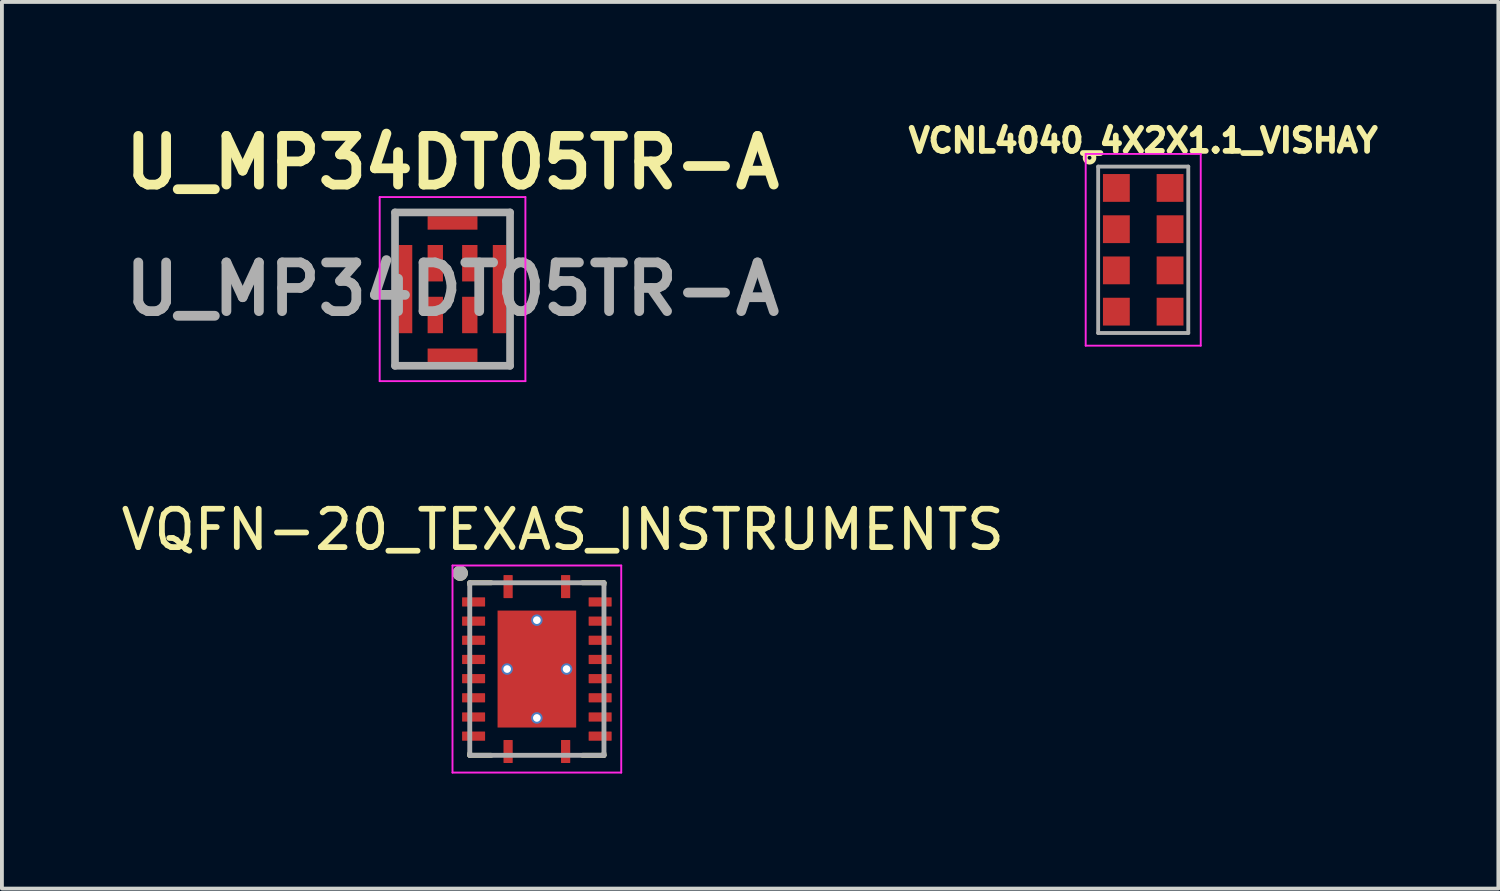
<source format=kicad_pcb>
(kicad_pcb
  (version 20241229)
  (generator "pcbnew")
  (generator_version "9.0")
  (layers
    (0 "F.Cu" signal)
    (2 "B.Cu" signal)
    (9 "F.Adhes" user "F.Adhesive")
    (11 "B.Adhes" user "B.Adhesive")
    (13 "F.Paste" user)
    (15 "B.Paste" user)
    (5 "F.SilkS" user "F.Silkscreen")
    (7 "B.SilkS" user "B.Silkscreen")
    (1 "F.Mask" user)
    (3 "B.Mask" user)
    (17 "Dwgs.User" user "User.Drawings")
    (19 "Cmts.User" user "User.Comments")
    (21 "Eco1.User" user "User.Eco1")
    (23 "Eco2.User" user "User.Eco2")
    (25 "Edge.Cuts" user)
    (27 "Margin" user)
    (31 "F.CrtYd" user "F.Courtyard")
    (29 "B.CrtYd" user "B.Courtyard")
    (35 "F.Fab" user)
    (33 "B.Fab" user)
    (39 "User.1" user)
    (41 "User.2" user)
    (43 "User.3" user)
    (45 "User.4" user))
  (footprint "VQFN-20_TEXAS_INSTRUMENTS"
    (layer "F.Cu")
    (at 10.95 14.397)
    (property "Reference" "VQFN-20_TEXAS_INSTRUMENTS" (at 0.675 -3.635 0) (layer "F.SilkS") (effects (font (size 1 1) (thickness 0.15))))
    (attr smd)
    (fp_line (start -1.75 -2.25) (end -1.75 -2.2) (stroke (width 0.127) (type solid)) (layer "F.SilkS"))
    (fp_line (start -1.75 -2.25) (end -1.19 -2.25) (stroke (width 0.127) (type solid)) (layer "F.SilkS"))
    (fp_line (start -1.75 2.25) (end -1.75 2.2) (stroke (width 0.127) (type solid)) (layer "F.SilkS"))
    (fp_line (start -1.75 2.25) (end -1.19 2.25) (stroke (width 0.127) (type solid)) (layer "F.SilkS"))
    (fp_line (start 1.75 -2.25) (end 1.19 -2.25) (stroke (width 0.127) (type solid)) (layer "F.SilkS"))
    (fp_line (start 1.75 -2.25) (end 1.75 -2.2) (stroke (width 0.127) (type solid)) (layer "F.SilkS"))
    (fp_line (start 1.75 2.25) (end 1.19 2.25) (stroke (width 0.127) (type solid)) (layer "F.SilkS"))
    (fp_line (start 1.75 2.25) (end 1.75 2.2) (stroke (width 0.127) (type solid)) (layer "F.SilkS"))
    (fp_circle (center -2 -2.5) (end -1.9 -2.5) (stroke (width 0.2) (type solid)) (fill no) (layer "F.SilkS"))
    (fp_poly (pts (xy -1.02 -1.435) (xy -0.1 -1.435) (xy -0.1 -0.105) (xy -1.02 -0.105)) (stroke (width 0.01) (type solid)) (fill yes) (layer "F.Paste"))
    (fp_poly (pts (xy -1.02 0.105) (xy -0.1 0.105) (xy -0.1 1.435) (xy -1.02 1.435)) (stroke (width 0.01) (type solid)) (fill yes) (layer "F.Paste"))
    (fp_poly (pts (xy 0.1 -1.435) (xy 1.02 -1.435) (xy 1.02 -0.105) (xy 0.1 -0.105)) (stroke (width 0.01) (type solid)) (fill yes) (layer "F.Paste"))
    (fp_poly (pts (xy 0.1 0.105) (xy 1.02 0.105) (xy 1.02 1.435) (xy 0.1 1.435)) (stroke (width 0.01) (type solid)) (fill yes) (layer "F.Paste"))
    (fp_line (start -2.2 -2.7) (end 2.2 -2.7) (stroke (width 0.05) (type solid)) (layer "F.CrtYd"))
    (fp_line (start -2.2 2.7) (end -2.2 -2.7) (stroke (width 0.05) (type solid)) (layer "F.CrtYd"))
    (fp_line (start -2.2 2.7) (end 2.2 2.7) (stroke (width 0.05) (type solid)) (layer "F.CrtYd"))
    (fp_line (start 2.2 2.7) (end 2.2 -2.7) (stroke (width 0.05) (type solid)) (layer "F.CrtYd"))
    (fp_line (start -1.75 2.25) (end -1.75 -2.25) (stroke (width 0.127) (type solid)) (layer "F.Fab"))
    (fp_line (start 1.75 -2.25) (end -1.75 -2.25) (stroke (width 0.127) (type solid)) (layer "F.Fab"))
    (fp_line (start 1.75 2.25) (end -1.75 2.25) (stroke (width 0.127) (type solid)) (layer "F.Fab"))
    (fp_line (start 1.75 2.25) (end 1.75 -2.25) (stroke (width 0.127) (type solid)) (layer "F.Fab"))
    (fp_circle (center -2 -2.5) (end -1.9 -2.5) (stroke (width 0.2) (type solid)) (fill no) (layer "F.Fab"))
    (pad "1" smd roundrect (at -0.75 -2.15 90) (size 0.6 0.24) (layers "F.Cu" "F.Mask" "F.Paste") (roundrect_rratio 0.05))
    (pad "2" smd roundrect (at -1.65 -1.75) (size 0.6 0.24) (layers "F.Cu" "F.Mask" "F.Paste") (roundrect_rratio 0.05))
    (pad "3" smd roundrect (at -1.65 -1.25) (size 0.6 0.24) (layers "F.Cu" "F.Mask" "F.Paste") (roundrect_rratio 0.05))
    (pad "4" smd roundrect (at -1.65 -0.75) (size 0.6 0.24) (layers "F.Cu" "F.Mask" "F.Paste") (roundrect_rratio 0.05))
    (pad "5" smd roundrect (at -1.65 -0.25) (size 0.6 0.24) (layers "F.Cu" "F.Mask" "F.Paste") (roundrect_rratio 0.05))
    (pad "6" smd roundrect (at -1.65 0.25) (size 0.6 0.24) (layers "F.Cu" "F.Mask" "F.Paste") (roundrect_rratio 0.05))
    (pad "7" smd roundrect (at -1.65 0.75) (size 0.6 0.24) (layers "F.Cu" "F.Mask" "F.Paste") (roundrect_rratio 0.05))
    (pad "8" smd roundrect (at -1.65 1.25) (size 0.6 0.24) (layers "F.Cu" "F.Mask" "F.Paste") (roundrect_rratio 0.05))
    (pad "9" smd roundrect (at -1.65 1.75) (size 0.6 0.24) (layers "F.Cu" "F.Mask" "F.Paste") (roundrect_rratio 0.05))
    (pad "10" smd roundrect (at -0.75 2.15 90) (size 0.6 0.24) (layers "F.Cu" "F.Mask" "F.Paste") (roundrect_rratio 0.05))
    (pad "11" thru_hole circle (at -0.775 0) (size 0.3 0.3) (drill 0.2) (layers "*.Cu"))
    (pad "11" thru_hole circle (at 0 -1.275) (size 0.3 0.3) (drill 0.2) (layers "*.Cu"))
    (pad "11" smd rect (at 0 0) (size 2.05 3.05) (layers "F.Cu" "F.Mask"))
    (pad "11" thru_hole circle (at 0 1.275) (size 0.3 0.3) (drill 0.2) (layers "*.Cu"))
    (pad "11" smd roundrect (at 0.75 2.15 90) (size 0.6 0.24) (layers "F.Cu" "F.Mask" "F.Paste") (roundrect_rratio 0.05))
    (pad "11" thru_hole circle (at 0.775 0) (size 0.3 0.3) (drill 0.2) (layers "*.Cu"))
    (pad "12" smd roundrect (at 1.65 1.75) (size 0.6 0.24) (layers "F.Cu" "F.Mask" "F.Paste") (roundrect_rratio 0.05))
    (pad "13" smd roundrect (at 1.65 1.25) (size 0.6 0.24) (layers "F.Cu" "F.Mask" "F.Paste") (roundrect_rratio 0.05))
    (pad "14" smd roundrect (at 1.65 0.75) (size 0.6 0.24) (layers "F.Cu" "F.Mask" "F.Paste") (roundrect_rratio 0.05))
    (pad "15" smd roundrect (at 1.65 0.25) (size 0.6 0.24) (layers "F.Cu" "F.Mask" "F.Paste") (roundrect_rratio 0.05))
    (pad "16" smd roundrect (at 1.65 -0.25) (size 0.6 0.24) (layers "F.Cu" "F.Mask" "F.Paste") (roundrect_rratio 0.05))
    (pad "17" smd roundrect (at 1.65 -0.75) (size 0.6 0.24) (layers "F.Cu" "F.Mask" "F.Paste") (roundrect_rratio 0.05))
    (pad "18" smd roundrect (at 1.65 -1.25) (size 0.6 0.24) (layers "F.Cu" "F.Mask" "F.Paste") (roundrect_rratio 0.05))
    (pad "19" smd roundrect (at 1.65 -1.75) (size 0.6 0.24) (layers "F.Cu" "F.Mask" "F.Paste") (roundrect_rratio 0.05))
    (pad "20" smd roundrect (at 0.75 -2.15 90) (size 0.6 0.24) (layers "F.Cu" "F.Mask" "F.Paste") (roundrect_rratio 0.05)))
  (footprint "U_MP34DT05TR-A"
    (layer "F.Cu")
    (at 8.751 4.489)
    (property "Reference" "U_MP34DT05TR-A" (at 0 -3.3 0) (layer "F.SilkS") (effects (font (size 1.27 1.27) (thickness 0.254))))
    (attr smd)
    (fp_line (start -1.5 -2) (end -1.5 -1.5) (stroke (width 0.1) (type solid)) (layer "F.SilkS"))
    (fp_line (start -1.5 1.5) (end -1.5 2) (stroke (width 0.1) (type solid)) (layer "F.SilkS"))
    (fp_line (start -1.5 2) (end -1 2) (stroke (width 0.1) (type solid)) (layer "F.SilkS"))
    (fp_line (start -1 -2) (end -1.5 -2) (stroke (width 0.1) (type solid)) (layer "F.SilkS"))
    (fp_line (start 1 -2) (end 1.5 -2) (stroke (width 0.1) (type solid)) (layer "F.SilkS"))
    (fp_line (start 1 2) (end 1.5 2) (stroke (width 0.1) (type solid)) (layer "F.SilkS"))
    (fp_line (start 1.5 -2) (end 1.5 -1.5) (stroke (width 0.1) (type solid)) (layer "F.SilkS"))
    (fp_line (start 1.5 2) (end 1.5 1.5) (stroke (width 0.1) (type solid)) (layer "F.SilkS"))
    (fp_line (start -1.9 -2.4) (end 1.9 -2.4) (stroke (width 0.05) (type solid)) (layer "F.CrtYd"))
    (fp_line (start -1.9 2.4) (end -1.9 -2.4) (stroke (width 0.05) (type solid)) (layer "F.CrtYd"))
    (fp_line (start 1.9 -2.4) (end 1.9 2.4) (stroke (width 0.05) (type solid)) (layer "F.CrtYd"))
    (fp_line (start 1.9 2.4) (end -1.9 2.4) (stroke (width 0.05) (type solid)) (layer "F.CrtYd"))
    (fp_line (start -1.5 -2) (end 1.5 -2) (stroke (width 0.2) (type solid)) (layer "F.Fab"))
    (fp_line (start -1.5 2) (end -1.5 -2) (stroke (width 0.2) (type solid)) (layer "F.Fab"))
    (fp_line (start 1.5 -2) (end 1.5 2) (stroke (width 0.2) (type solid)) (layer "F.Fab"))
    (fp_line (start 1.5 2) (end -1.5 2) (stroke (width 0.2) (type solid)) (layer "F.Fab"))
    (fp_text user "${REFERENCE}" (at 0 0 0) (layer "F.Fab") (effects (font (size 1.27 1.27) (thickness 0.254))))
    (pad "1" smd rect (at -0.45 -0.675) (size 0.4 0.95) (layers "F.Cu" "F.Mask" "F.Paste"))
    (pad "2" smd rect (at -0.45 0.675) (size 0.4 0.95) (layers "F.Cu" "F.Mask" "F.Paste"))
    (pad "3" smd rect (at 0.45 0.675) (size 0.4 0.95) (layers "F.Cu" "F.Mask" "F.Paste"))
    (pad "4" smd rect (at 0.45 -0.675) (size 0.4 0.95) (layers "F.Cu" "F.Mask" "F.Paste"))
    (pad "5" smd rect (at -1.225 0) (size 0.35 2.3) (layers "F.Cu" "F.Mask" "F.Paste"))
    (pad "5" smd rect (at 0 -1.725 90) (size 0.35 1.3) (layers "F.Cu" "F.Mask" "F.Paste"))
    (pad "5" smd rect (at 0 1.725 90) (size 0.35 1.3) (layers "F.Cu" "F.Mask" "F.Paste"))
    (pad "5" smd rect (at 1.225 0) (size 0.35 2.3) (layers "F.Cu" "F.Mask" "F.Paste")))
  (footprint "VCNL4040_4X2X1.1_VISHAY"
    (layer "F.Cu")
    (at 26.762 3.464)
    (property "Reference" "VCNL4040_4X2X1.1_VISHAY" (at 0 -2.85 0) (layer "F.SilkS") (effects (font (size 0.601 0.601) (thickness 0.15))))
    (attr smd)
    (fp_circle (center -1.4 -2.4) (end -1.35 -2.4) (stroke (width 0.127) (type solid)) (fill no) (layer "F.SilkS"))
    (fp_line (start -1.5 -2.5) (end 1.5 -2.5) (stroke (width 0.05) (type solid)) (layer "F.CrtYd"))
    (fp_line (start -1.5 2.5) (end -1.5 -2.5) (stroke (width 0.05) (type solid)) (layer "F.CrtYd"))
    (fp_line (start 1.5 -2.5) (end 1.5 2.5) (stroke (width 0.05) (type solid)) (layer "F.CrtYd"))
    (fp_line (start 1.5 2.5) (end -1.5 2.5) (stroke (width 0.05) (type solid)) (layer "F.CrtYd"))
    (fp_line (start -1.175 -2.17) (end 1.175 -2.17) (stroke (width 0.1) (type solid)) (layer "F.Fab"))
    (fp_line (start -1.175 2.17) (end -1.175 -2.17) (stroke (width 0.1) (type solid)) (layer "F.Fab"))
    (fp_line (start 1.175 -2.17) (end 1.175 2.17) (stroke (width 0.1) (type solid)) (layer "F.Fab"))
    (fp_line (start 1.175 2.17) (end -1.175 2.17) (stroke (width 0.1) (type solid)) (layer "F.Fab"))
    (pad "1" smd rect (at -0.7 -1.613) (size 0.7 0.725) (layers "F.Cu" "F.Mask" "F.Paste"))
    (pad "2" smd rect (at -0.7 -0.537) (size 0.7 0.725) (layers "F.Cu" "F.Mask" "F.Paste"))
    (pad "3" smd rect (at -0.7 0.537) (size 0.7 0.725) (layers "F.Cu" "F.Mask" "F.Paste"))
    (pad "4" smd rect (at -0.7 1.613) (size 0.7 0.725) (layers "F.Cu" "F.Mask" "F.Paste"))
    (pad "5" smd rect (at 0.7 1.613) (size 0.7 0.725) (layers "F.Cu" "F.Mask" "F.Paste"))
    (pad "6" smd rect (at 0.7 0.537) (size 0.7 0.725) (layers "F.Cu" "F.Mask" "F.Paste"))
    (pad "7" smd rect (at 0.7 -0.537) (size 0.7 0.725) (layers "F.Cu" "F.Mask" "F.Paste"))
    (pad "8" smd rect (at 0.7 -1.613) (size 0.7 0.725) (layers "F.Cu" "F.Mask" "F.Paste")))
  (gr_rect
    (start -3 -3)
    (end 36.023 20.122)
    (stroke (width 0.1) (type default))
    (fill no)
    (layer "Edge.Cuts")))
</source>
